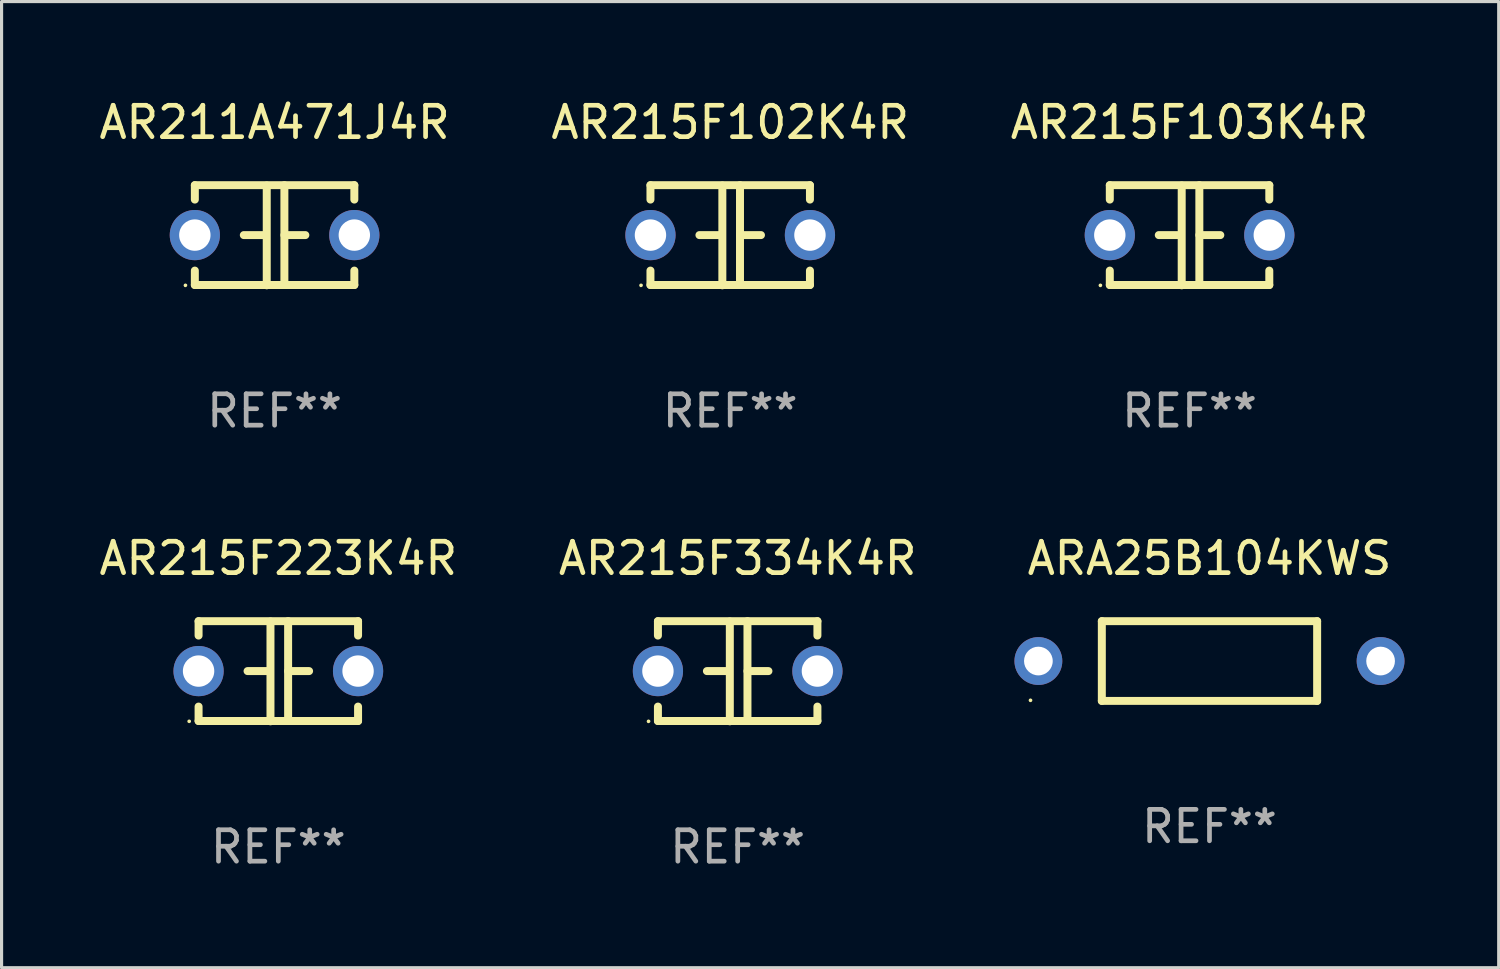
<source format=kicad_pcb>
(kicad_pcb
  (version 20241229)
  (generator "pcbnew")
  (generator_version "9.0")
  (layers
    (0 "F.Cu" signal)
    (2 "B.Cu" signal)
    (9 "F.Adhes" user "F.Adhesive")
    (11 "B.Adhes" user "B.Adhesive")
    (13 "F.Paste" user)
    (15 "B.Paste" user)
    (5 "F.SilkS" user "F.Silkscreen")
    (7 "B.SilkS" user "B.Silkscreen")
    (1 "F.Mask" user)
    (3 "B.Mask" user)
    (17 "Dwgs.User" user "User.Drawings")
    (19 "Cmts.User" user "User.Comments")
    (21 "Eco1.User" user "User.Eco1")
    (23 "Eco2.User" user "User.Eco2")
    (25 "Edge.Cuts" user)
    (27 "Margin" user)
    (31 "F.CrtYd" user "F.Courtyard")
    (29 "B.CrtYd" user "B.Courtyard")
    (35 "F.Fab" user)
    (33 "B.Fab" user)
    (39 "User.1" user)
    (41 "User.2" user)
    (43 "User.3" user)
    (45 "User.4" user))
  (footprint "AR215F102K4R"
    (layer "F.Cu")
    (at 20.208 4.443)
    (property "Reference" "AR215F102K4R" (at 0 -3.595 0) (layer "F.SilkS") (effects (font (size 1 1) (thickness 0.15))))
    (attr through_hole)
    (fp_line (start -2.54 -1.595) (end -2.54 -1.136) (stroke (width 0.254) (type solid)) (layer "F.SilkS"))
    (fp_line (start -2.54 -1.595) (end 2.54 -1.595) (stroke (width 0.254) (type solid)) (layer "F.SilkS"))
    (fp_line (start -2.54 1.126) (end -2.54 1.585) (stroke (width 0.254) (type solid)) (layer "F.SilkS"))
    (fp_line (start -0.312 -0.005) (end -0.98 -0.005) (stroke (width 0.254) (type solid)) (layer "F.SilkS"))
    (fp_line (start -0.25 -1.585) (end -0.25 1.595) (stroke (width 0.254) (type solid)) (layer "F.SilkS"))
    (fp_line (start 0.312 -1.595) (end 0.312 1.585) (stroke (width 0.254) (type solid)) (layer "F.SilkS"))
    (fp_line (start 0.312 -0.005) (end 0.98 -0.005) (stroke (width 0.254) (type solid)) (layer "F.SilkS"))
    (fp_line (start 2.54 -1.595) (end 2.54 -1.136) (stroke (width 0.254) (type solid)) (layer "F.SilkS"))
    (fp_line (start 2.54 1.126) (end 2.54 1.585) (stroke (width 0.254) (type solid)) (layer "F.SilkS"))
    (fp_line (start 2.54 1.585) (end -2.54 1.585) (stroke (width 0.254) (type solid)) (layer "F.SilkS"))
    (fp_circle (center -2.84 1.595) (end -2.81 1.595) (stroke (width 0.06) (type solid)) (fill no) (layer "F.SilkS"))
    (fp_text user "REF**" (at 0 5.595 0) (layer "F.Fab") (effects (font (size 1 1) (thickness 0.15))))
    (pad "1" thru_hole circle (at -2.54 -0.005) (size 1.6 1.6) (drill 1) (layers "*.Cu" "*.Mask"))
    (pad "2" thru_hole circle (at 2.54 -0.005) (size 1.6 1.6) (drill 1) (layers "*.Cu" "*.Mask")))
  (footprint "AR215F334K4R"
    (layer "F.Cu")
    (at 20.446 18.33)
    (property "Reference" "AR215F334K4R" (at 0 -3.595 0) (layer "F.SilkS") (effects (font (size 1 1) (thickness 0.15))))
    (attr through_hole)
    (fp_line (start -2.54 -1.595) (end -2.54 -1.136) (stroke (width 0.254) (type solid)) (layer "F.SilkS"))
    (fp_line (start -2.54 -1.595) (end 2.54 -1.595) (stroke (width 0.254) (type solid)) (layer "F.SilkS"))
    (fp_line (start -2.54 1.126) (end -2.54 1.585) (stroke (width 0.254) (type solid)) (layer "F.SilkS"))
    (fp_line (start -0.312 -0.005) (end -0.98 -0.005) (stroke (width 0.254) (type solid)) (layer "F.SilkS"))
    (fp_line (start -0.25 -1.585) (end -0.25 1.595) (stroke (width 0.254) (type solid)) (layer "F.SilkS"))
    (fp_line (start 0.312 -1.595) (end 0.312 1.585) (stroke (width 0.254) (type solid)) (layer "F.SilkS"))
    (fp_line (start 0.312 -0.005) (end 0.98 -0.005) (stroke (width 0.254) (type solid)) (layer "F.SilkS"))
    (fp_line (start 2.54 -1.595) (end 2.54 -1.136) (stroke (width 0.254) (type solid)) (layer "F.SilkS"))
    (fp_line (start 2.54 1.126) (end 2.54 1.585) (stroke (width 0.254) (type solid)) (layer "F.SilkS"))
    (fp_line (start 2.54 1.585) (end -2.54 1.585) (stroke (width 0.254) (type solid)) (layer "F.SilkS"))
    (fp_circle (center -2.84 1.595) (end -2.81 1.595) (stroke (width 0.06) (type solid)) (fill no) (layer "F.SilkS"))
    (fp_text user "REF**" (at 0 5.595 0) (layer "F.Fab") (effects (font (size 1 1) (thickness 0.15))))
    (pad "1" thru_hole circle (at -2.54 -0.005) (size 1.6 1.6) (drill 1) (layers "*.Cu" "*.Mask"))
    (pad "2" thru_hole circle (at 2.54 -0.005) (size 1.6 1.6) (drill 1) (layers "*.Cu" "*.Mask")))
  (footprint "AR215F103K4R"
    (layer "F.Cu")
    (at 34.839 4.443)
    (property "Reference" "AR215F103K4R" (at 0 -3.595 0) (layer "F.SilkS") (effects (font (size 1 1) (thickness 0.15))))
    (attr through_hole)
    (fp_line (start -2.54 -1.595) (end -2.54 -1.136) (stroke (width 0.254) (type solid)) (layer "F.SilkS"))
    (fp_line (start -2.54 -1.595) (end 2.54 -1.595) (stroke (width 0.254) (type solid)) (layer "F.SilkS"))
    (fp_line (start -2.54 1.126) (end -2.54 1.585) (stroke (width 0.254) (type solid)) (layer "F.SilkS"))
    (fp_line (start -0.312 -0.005) (end -0.98 -0.005) (stroke (width 0.254) (type solid)) (layer "F.SilkS"))
    (fp_line (start -0.25 -1.585) (end -0.25 1.595) (stroke (width 0.254) (type solid)) (layer "F.SilkS"))
    (fp_line (start 0.312 -1.595) (end 0.312 1.585) (stroke (width 0.254) (type solid)) (layer "F.SilkS"))
    (fp_line (start 0.312 -0.005) (end 0.98 -0.005) (stroke (width 0.254) (type solid)) (layer "F.SilkS"))
    (fp_line (start 2.54 -1.595) (end 2.54 -1.136) (stroke (width 0.254) (type solid)) (layer "F.SilkS"))
    (fp_line (start 2.54 1.126) (end 2.54 1.585) (stroke (width 0.254) (type solid)) (layer "F.SilkS"))
    (fp_line (start 2.54 1.585) (end -2.54 1.585) (stroke (width 0.254) (type solid)) (layer "F.SilkS"))
    (fp_circle (center -2.84 1.595) (end -2.81 1.595) (stroke (width 0.06) (type solid)) (fill no) (layer "F.SilkS"))
    (fp_text user "REF**" (at 0 5.595 0) (layer "F.Fab") (effects (font (size 1 1) (thickness 0.15))))
    (pad "1" thru_hole circle (at -2.54 -0.005) (size 1.6 1.6) (drill 1) (layers "*.Cu" "*.Mask"))
    (pad "2" thru_hole circle (at 2.54 -0.005) (size 1.6 1.6) (drill 1) (layers "*.Cu" "*.Mask")))
  (footprint "AR211A471J4R"
    (layer "F.Cu")
    (at 5.696 4.443)
    (property "Reference" "AR211A471J4R" (at 0 -3.595 0) (layer "F.SilkS") (effects (font (size 1 1) (thickness 0.15))))
    (attr through_hole)
    (fp_line (start -2.54 -1.595) (end -2.54 -1.136) (stroke (width 0.254) (type solid)) (layer "F.SilkS"))
    (fp_line (start -2.54 -1.595) (end 2.54 -1.595) (stroke (width 0.254) (type solid)) (layer "F.SilkS"))
    (fp_line (start -2.54 1.126) (end -2.54 1.585) (stroke (width 0.254) (type solid)) (layer "F.SilkS"))
    (fp_line (start -0.312 -0.005) (end -0.98 -0.005) (stroke (width 0.254) (type solid)) (layer "F.SilkS"))
    (fp_line (start -0.25 -1.585) (end -0.25 1.595) (stroke (width 0.254) (type solid)) (layer "F.SilkS"))
    (fp_line (start 0.312 -1.595) (end 0.312 1.585) (stroke (width 0.254) (type solid)) (layer "F.SilkS"))
    (fp_line (start 0.312 -0.005) (end 0.98 -0.005) (stroke (width 0.254) (type solid)) (layer "F.SilkS"))
    (fp_line (start 2.54 -1.595) (end 2.54 -1.136) (stroke (width 0.254) (type solid)) (layer "F.SilkS"))
    (fp_line (start 2.54 1.126) (end 2.54 1.585) (stroke (width 0.254) (type solid)) (layer "F.SilkS"))
    (fp_line (start 2.54 1.585) (end -2.54 1.585) (stroke (width 0.254) (type solid)) (layer "F.SilkS"))
    (fp_circle (center -2.84 1.595) (end -2.81 1.595) (stroke (width 0.06) (type solid)) (fill no) (layer "F.SilkS"))
    (fp_text user "REF**" (at 0 5.595 0) (layer "F.Fab") (effects (font (size 1 1) (thickness 0.15))))
    (pad "1" thru_hole circle (at -2.54 -0.005) (size 1.6 1.6) (drill 1) (layers "*.Cu" "*.Mask"))
    (pad "2" thru_hole circle (at 2.54 -0.005) (size 1.6 1.6) (drill 1) (layers "*.Cu" "*.Mask")))
  (footprint "ARA25B104KWS"
    (layer "F.Cu")
    (at 35.474 18.005)
    (property "Reference" "ARA25B104KWS" (at 0 -3.27 0) (layer "F.SilkS") (effects (font (size 1 1) (thickness 0.15))))
    (attr through_hole)
    (fp_line (start -3.429 -1.27) (end -3.429 1.27) (stroke (width 0.254) (type solid)) (layer "F.SilkS"))
    (fp_line (start -3.429 1.27) (end 3.429 1.27) (stroke (width 0.254) (type solid)) (layer "F.SilkS"))
    (fp_line (start 3.429 -1.27) (end -3.429 -1.27) (stroke (width 0.254) (type solid)) (layer "F.SilkS"))
    (fp_line (start 3.429 1.27) (end 3.429 -1.27) (stroke (width 0.254) (type solid)) (layer "F.SilkS"))
    (fp_circle (center -5.702 1.25) (end -5.672 1.25) (stroke (width 0.06) (type solid)) (fill no) (layer "F.SilkS"))
    (fp_text user "REF**" (at 0 5.27 0) (layer "F.Fab") (effects (font (size 1 1) (thickness 0.15))))
    (pad "1" thru_hole circle (at -5.45 0) (size 1.524 1.524) (drill 0.914) (layers "*.Cu" "*.Mask"))
    (pad "2" thru_hole circle (at 5.45 0) (size 1.524 1.524) (drill 0.914) (layers "*.Cu" "*.Mask")))
  (footprint "AR215F223K4R"
    (layer "F.Cu")
    (at 5.815 18.33)
    (property "Reference" "AR215F223K4R" (at 0 -3.595 0) (layer "F.SilkS") (effects (font (size 1 1) (thickness 0.15))))
    (attr through_hole)
    (fp_line (start -2.54 -1.595) (end -2.54 -1.136) (stroke (width 0.254) (type solid)) (layer "F.SilkS"))
    (fp_line (start -2.54 -1.595) (end 2.54 -1.595) (stroke (width 0.254) (type solid)) (layer "F.SilkS"))
    (fp_line (start -2.54 1.126) (end -2.54 1.585) (stroke (width 0.254) (type solid)) (layer "F.SilkS"))
    (fp_line (start -0.312 -0.005) (end -0.98 -0.005) (stroke (width 0.254) (type solid)) (layer "F.SilkS"))
    (fp_line (start -0.25 -1.585) (end -0.25 1.595) (stroke (width 0.254) (type solid)) (layer "F.SilkS"))
    (fp_line (start 0.312 -1.595) (end 0.312 1.585) (stroke (width 0.254) (type solid)) (layer "F.SilkS"))
    (fp_line (start 0.312 -0.005) (end 0.98 -0.005) (stroke (width 0.254) (type solid)) (layer "F.SilkS"))
    (fp_line (start 2.54 -1.595) (end 2.54 -1.136) (stroke (width 0.254) (type solid)) (layer "F.SilkS"))
    (fp_line (start 2.54 1.126) (end 2.54 1.585) (stroke (width 0.254) (type solid)) (layer "F.SilkS"))
    (fp_line (start 2.54 1.585) (end -2.54 1.585) (stroke (width 0.254) (type solid)) (layer "F.SilkS"))
    (fp_circle (center -2.84 1.595) (end -2.81 1.595) (stroke (width 0.06) (type solid)) (fill no) (layer "F.SilkS"))
    (fp_text user "REF**" (at 0 5.595 0) (layer "F.Fab") (effects (font (size 1 1) (thickness 0.15))))
    (pad "1" thru_hole circle (at -2.54 -0.005) (size 1.6 1.6) (drill 1) (layers "*.Cu" "*.Mask"))
    (pad "2" thru_hole circle (at 2.54 -0.005) (size 1.6 1.6) (drill 1) (layers "*.Cu" "*.Mask")))
  (gr_rect
    (start -3 -3)
    (end 44.686 27.773)
    (stroke (width 0.1) (type default))
    (fill no)
    (layer "Edge.Cuts")))
</source>
